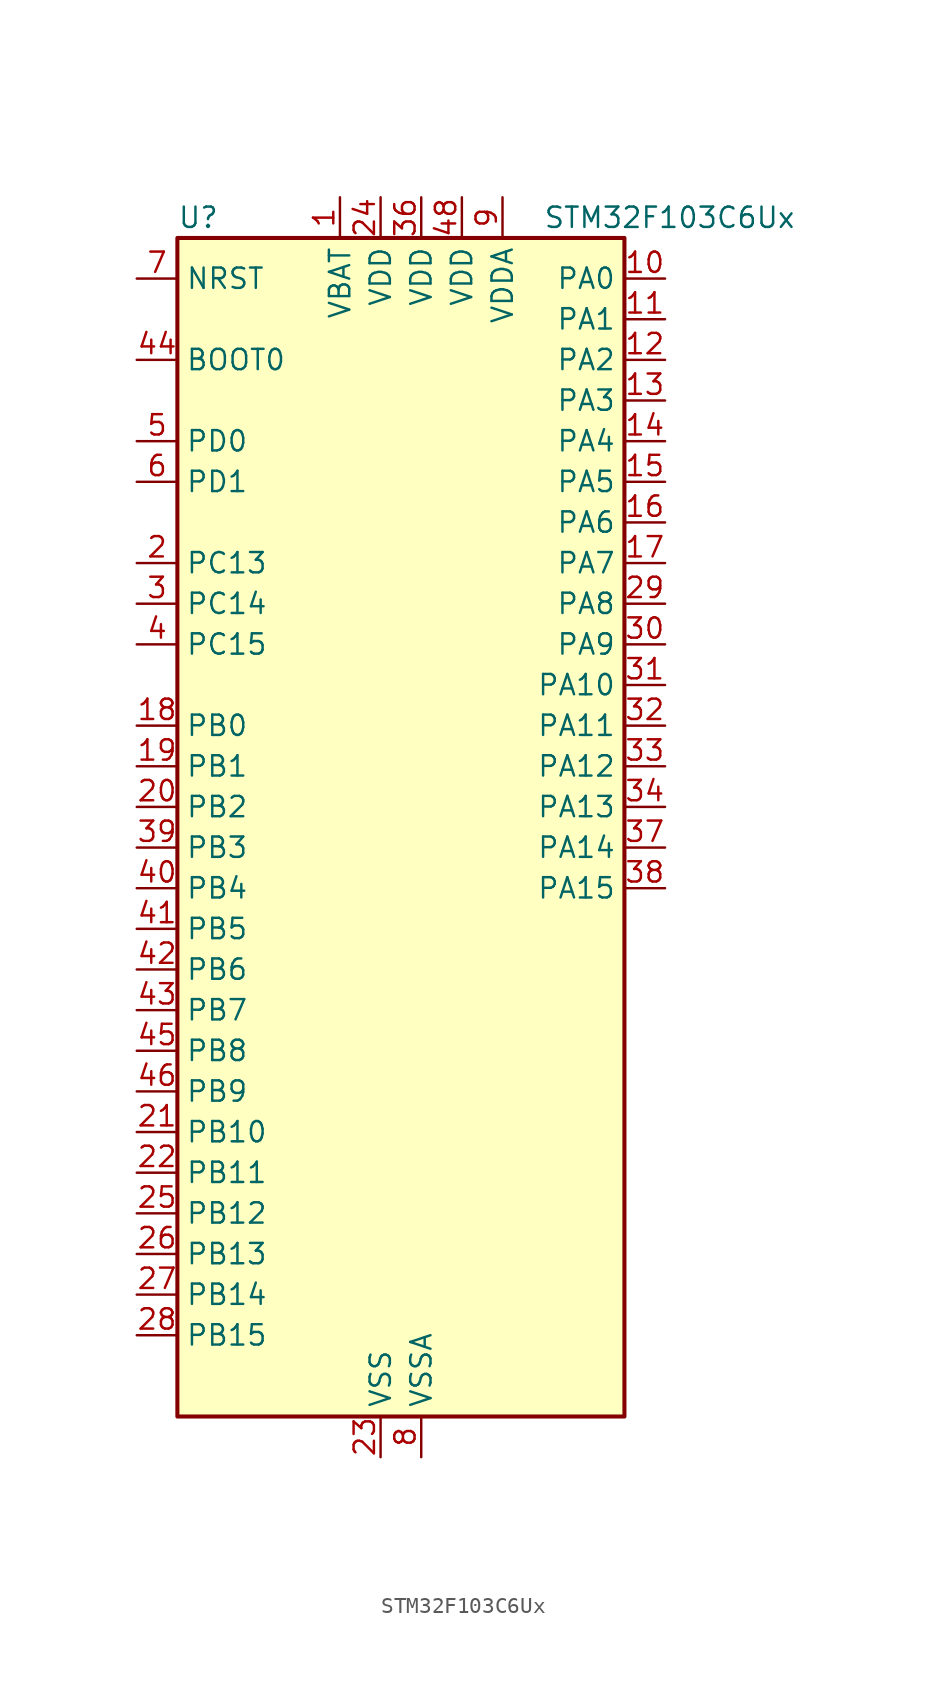
<source format=kicad_sym>
(kicad_symbol_lib
  (version 20220914)
  (generator kicad_symbol_editor)
  (symbol "STM32F103C6Ux"
    (property "Reference" "U"
      (at -12.7 39.37 0)
      (effects (font (size 1.27 1.27)) (justify left)))
    (property "Value" "STM32F103C6Ux"
      (at 10.16 39.37 0)
      (effects (font (size 1.27 1.27)) (justify left)))
    (property "ki_locked" ""
      (at 0 0 0)
      (effects (font (size 1.27 1.27))))
    (symbol "STM32F103C6Ux_0_1"
      (rectangle (start -12.7 -35.56) (end 15.24 38.1) (stroke (width 0.254) (type default)) (fill (type background))))
    (symbol "STM32F103C6Ux_1_1"
      (pin power_in line (at -2.54 40.64 270) (length 2.54) (name "VBAT" (effects (font (size 1.27 1.27)))) (number "1" (effects (font (size 1.27 1.27)))))
      (pin bidirectional line (at 17.78 35.56 180) (length 2.54) (name "PA0" (effects (font (size 1.27 1.27)))) (number "10" (effects (font (size 1.27 1.27)))) (alternate "ADC1_IN0" bidirectional line) (alternate "ADC2_IN0" bidirectional line) (alternate "SYS_WKUP" bidirectional line) (alternate "TIM2_CH1" bidirectional line) (alternate "TIM2_ETR" bidirectional line) (alternate "USART2_CTS" bidirectional line))
      (pin bidirectional line (at 17.78 33.02 180) (length 2.54) (name "PA1" (effects (font (size 1.27 1.27)))) (number "11" (effects (font (size 1.27 1.27)))) (alternate "ADC1_IN1" bidirectional line) (alternate "ADC2_IN1" bidirectional line) (alternate "TIM2_CH2" bidirectional line) (alternate "USART2_RTS" bidirectional line))
      (pin bidirectional line (at 17.78 30.48 180) (length 2.54) (name "PA2" (effects (font (size 1.27 1.27)))) (number "12" (effects (font (size 1.27 1.27)))) (alternate "ADC1_IN2" bidirectional line) (alternate "ADC2_IN2" bidirectional line) (alternate "TIM2_CH3" bidirectional line) (alternate "USART2_TX" bidirectional line))
      (pin bidirectional line (at 17.78 27.94 180) (length 2.54) (name "PA3" (effects (font (size 1.27 1.27)))) (number "13" (effects (font (size 1.27 1.27)))) (alternate "ADC1_IN3" bidirectional line) (alternate "ADC2_IN3" bidirectional line) (alternate "TIM2_CH4" bidirectional line) (alternate "USART2_RX" bidirectional line))
      (pin bidirectional line (at 17.78 25.4 180) (length 2.54) (name "PA4" (effects (font (size 1.27 1.27)))) (number "14" (effects (font (size 1.27 1.27)))) (alternate "ADC1_IN4" bidirectional line) (alternate "ADC2_IN4" bidirectional line) (alternate "SPI1_NSS" bidirectional line) (alternate "USART2_CK" bidirectional line))
      (pin bidirectional line (at 17.78 22.86 180) (length 2.54) (name "PA5" (effects (font (size 1.27 1.27)))) (number "15" (effects (font (size 1.27 1.27)))) (alternate "ADC1_IN5" bidirectional line) (alternate "ADC2_IN5" bidirectional line) (alternate "SPI1_SCK" bidirectional line))
      (pin bidirectional line (at 17.78 20.32 180) (length 2.54) (name "PA6" (effects (font (size 1.27 1.27)))) (number "16" (effects (font (size 1.27 1.27)))) (alternate "ADC1_IN6" bidirectional line) (alternate "ADC2_IN6" bidirectional line) (alternate "SPI1_MISO" bidirectional line) (alternate "TIM1_BKIN" bidirectional line) (alternate "TIM3_CH1" bidirectional line))
      (pin bidirectional line (at 17.78 17.78 180) (length 2.54) (name "PA7" (effects (font (size 1.27 1.27)))) (number "17" (effects (font (size 1.27 1.27)))) (alternate "ADC1_IN7" bidirectional line) (alternate "ADC2_IN7" bidirectional line) (alternate "SPI1_MOSI" bidirectional line) (alternate "TIM1_CH1N" bidirectional line) (alternate "TIM3_CH2" bidirectional line))
      (pin bidirectional line (at -15.24 7.62 0) (length 2.54) (name "PB0" (effects (font (size 1.27 1.27)))) (number "18" (effects (font (size 1.27 1.27)))) (alternate "ADC1_IN8" bidirectional line) (alternate "ADC2_IN8" bidirectional line) (alternate "TIM1_CH2N" bidirectional line) (alternate "TIM3_CH3" bidirectional line))
      (pin bidirectional line (at -15.24 5.08 0) (length 2.54) (name "PB1" (effects (font (size 1.27 1.27)))) (number "19" (effects (font (size 1.27 1.27)))) (alternate "ADC1_IN9" bidirectional line) (alternate "ADC2_IN9" bidirectional line) (alternate "TIM1_CH3N" bidirectional line) (alternate "TIM3_CH4" bidirectional line))
      (pin bidirectional line (at -15.24 17.78 0) (length 2.54) (name "PC13" (effects (font (size 1.27 1.27)))) (number "2" (effects (font (size 1.27 1.27)))) (alternate "RTC_OUT" bidirectional line) (alternate "RTC_TAMPER" bidirectional line))
      (pin bidirectional line (at -15.24 2.54 0) (length 2.54) (name "PB2" (effects (font (size 1.27 1.27)))) (number "20" (effects (font (size 1.27 1.27)))))
      (pin bidirectional line (at -15.24 -17.78 0) (length 2.54) (name "PB10" (effects (font (size 1.27 1.27)))) (number "21" (effects (font (size 1.27 1.27)))) (alternate "TIM2_CH3" bidirectional line))
      (pin bidirectional line (at -15.24 -20.32 0) (length 2.54) (name "PB11" (effects (font (size 1.27 1.27)))) (number "22" (effects (font (size 1.27 1.27)))) (alternate "ADC1_EXTI11" bidirectional line) (alternate "ADC2_EXTI11" bidirectional line) (alternate "TIM2_CH4" bidirectional line))
      (pin power_in line (at 0 -38.1 90) (length 2.54) (name "VSS" (effects (font (size 1.27 1.27)))) (number "23" (effects (font (size 1.27 1.27)))))
      (pin power_in line (at 0 40.64 270) (length 2.54) (name "VDD" (effects (font (size 1.27 1.27)))) (number "24" (effects (font (size 1.27 1.27)))))
      (pin bidirectional line (at -15.24 -22.86 0) (length 2.54) (name "PB12" (effects (font (size 1.27 1.27)))) (number "25" (effects (font (size 1.27 1.27)))) (alternate "TIM1_BKIN" bidirectional line))
      (pin bidirectional line (at -15.24 -25.4 0) (length 2.54) (name "PB13" (effects (font (size 1.27 1.27)))) (number "26" (effects (font (size 1.27 1.27)))) (alternate "TIM1_CH1N" bidirectional line))
      (pin bidirectional line (at -15.24 -27.94 0) (length 2.54) (name "PB14" (effects (font (size 1.27 1.27)))) (number "27" (effects (font (size 1.27 1.27)))) (alternate "TIM1_CH2N" bidirectional line))
      (pin bidirectional line (at -15.24 -30.48 0) (length 2.54) (name "PB15" (effects (font (size 1.27 1.27)))) (number "28" (effects (font (size 1.27 1.27)))) (alternate "ADC1_EXTI15" bidirectional line) (alternate "ADC2_EXTI15" bidirectional line) (alternate "TIM1_CH3N" bidirectional line))
      (pin bidirectional line (at 17.78 15.24 180) (length 2.54) (name "PA8" (effects (font (size 1.27 1.27)))) (number "29" (effects (font (size 1.27 1.27)))) (alternate "RCC_MCO" bidirectional line) (alternate "TIM1_CH1" bidirectional line) (alternate "USART1_CK" bidirectional line))
      (pin bidirectional line (at -15.24 15.24 0) (length 2.54) (name "PC14" (effects (font (size 1.27 1.27)))) (number "3" (effects (font (size 1.27 1.27)))) (alternate "RCC_OSC32_IN" bidirectional line))
      (pin bidirectional line (at 17.78 12.7 180) (length 2.54) (name "PA9" (effects (font (size 1.27 1.27)))) (number "30" (effects (font (size 1.27 1.27)))) (alternate "TIM1_CH2" bidirectional line) (alternate "USART1_TX" bidirectional line))
      (pin bidirectional line (at 17.78 10.16 180) (length 2.54) (name "PA10" (effects (font (size 1.27 1.27)))) (number "31" (effects (font (size 1.27 1.27)))) (alternate "TIM1_CH3" bidirectional line) (alternate "USART1_RX" bidirectional line))
      (pin bidirectional line (at 17.78 7.62 180) (length 2.54) (name "PA11" (effects (font (size 1.27 1.27)))) (number "32" (effects (font (size 1.27 1.27)))) (alternate "ADC1_EXTI11" bidirectional line) (alternate "ADC2_EXTI11" bidirectional line) (alternate "CAN_RX" bidirectional line) (alternate "TIM1_CH4" bidirectional line) (alternate "USART1_CTS" bidirectional line) (alternate "USB_DM" bidirectional line))
      (pin bidirectional line (at 17.78 5.08 180) (length 2.54) (name "PA12" (effects (font (size 1.27 1.27)))) (number "33" (effects (font (size 1.27 1.27)))) (alternate "CAN_TX" bidirectional line) (alternate "TIM1_ETR" bidirectional line) (alternate "USART1_RTS" bidirectional line) (alternate "USB_DP" bidirectional line))
      (pin bidirectional line (at 17.78 2.54 180) (length 2.54) (name "PA13" (effects (font (size 1.27 1.27)))) (number "34" (effects (font (size 1.27 1.27)))) (alternate "SYS_JTMS-SWDIO" bidirectional line))
      (pin passive line (at 0 -38.1 90) (length 2.54) hide (name "VSS" (effects (font (size 1.27 1.27)))) (number "35" (effects (font (size 1.27 1.27)))))
      (pin power_in line (at 2.54 40.64 270) (length 2.54) (name "VDD" (effects (font (size 1.27 1.27)))) (number "36" (effects (font (size 1.27 1.27)))))
      (pin bidirectional line (at 17.78 0 180) (length 2.54) (name "PA14" (effects (font (size 1.27 1.27)))) (number "37" (effects (font (size 1.27 1.27)))) (alternate "SYS_JTCK-SWCLK" bidirectional line))
      (pin bidirectional line (at 17.78 -2.54 180) (length 2.54) (name "PA15" (effects (font (size 1.27 1.27)))) (number "38" (effects (font (size 1.27 1.27)))) (alternate "ADC1_EXTI15" bidirectional line) (alternate "ADC2_EXTI15" bidirectional line) (alternate "SPI1_NSS" bidirectional line) (alternate "SYS_JTDI" bidirectional line) (alternate "TIM2_CH1" bidirectional line) (alternate "TIM2_ETR" bidirectional line))
      (pin bidirectional line (at -15.24 0 0) (length 2.54) (name "PB3" (effects (font (size 1.27 1.27)))) (number "39" (effects (font (size 1.27 1.27)))) (alternate "SPI1_SCK" bidirectional line) (alternate "SYS_JTDO-TRACESWO" bidirectional line) (alternate "TIM2_CH2" bidirectional line))
      (pin bidirectional line (at -15.24 12.7 0) (length 2.54) (name "PC15" (effects (font (size 1.27 1.27)))) (number "4" (effects (font (size 1.27 1.27)))) (alternate "ADC1_EXTI15" bidirectional line) (alternate "ADC2_EXTI15" bidirectional line) (alternate "RCC_OSC32_OUT" bidirectional line))
      (pin bidirectional line (at -15.24 -2.54 0) (length 2.54) (name "PB4" (effects (font (size 1.27 1.27)))) (number "40" (effects (font (size 1.27 1.27)))) (alternate "SPI1_MISO" bidirectional line) (alternate "SYS_NJTRST" bidirectional line) (alternate "TIM3_CH1" bidirectional line))
      (pin bidirectional line (at -15.24 -5.08 0) (length 2.54) (name "PB5" (effects (font (size 1.27 1.27)))) (number "41" (effects (font (size 1.27 1.27)))) (alternate "I2C1_SMBA" bidirectional line) (alternate "SPI1_MOSI" bidirectional line) (alternate "TIM3_CH2" bidirectional line))
      (pin bidirectional line (at -15.24 -7.62 0) (length 2.54) (name "PB6" (effects (font (size 1.27 1.27)))) (number "42" (effects (font (size 1.27 1.27)))) (alternate "I2C1_SCL" bidirectional line) (alternate "USART1_TX" bidirectional line))
      (pin bidirectional line (at -15.24 -10.16 0) (length 2.54) (name "PB7" (effects (font (size 1.27 1.27)))) (number "43" (effects (font (size 1.27 1.27)))) (alternate "I2C1_SDA" bidirectional line) (alternate "USART1_RX" bidirectional line))
      (pin input line (at -15.24 30.48 0) (length 2.54) (name "BOOT0" (effects (font (size 1.27 1.27)))) (number "44" (effects (font (size 1.27 1.27)))))
      (pin bidirectional line (at -15.24 -12.7 0) (length 2.54) (name "PB8" (effects (font (size 1.27 1.27)))) (number "45" (effects (font (size 1.27 1.27)))) (alternate "CAN_RX" bidirectional line) (alternate "I2C1_SCL" bidirectional line))
      (pin bidirectional line (at -15.24 -15.24 0) (length 2.54) (name "PB9" (effects (font (size 1.27 1.27)))) (number "46" (effects (font (size 1.27 1.27)))) (alternate "CAN_TX" bidirectional line) (alternate "I2C1_SDA" bidirectional line))
      (pin passive line (at 0 -38.1 90) (length 2.54) hide (name "VSS" (effects (font (size 1.27 1.27)))) (number "47" (effects (font (size 1.27 1.27)))))
      (pin power_in line (at 5.08 40.64 270) (length 2.54) (name "VDD" (effects (font (size 1.27 1.27)))) (number "48" (effects (font (size 1.27 1.27)))))
      (pin passive line (at 0 -38.1 90) (length 2.54) hide (name "VSS" (effects (font (size 1.27 1.27)))) (number "49" (effects (font (size 1.27 1.27)))))
      (pin bidirectional line (at -15.24 25.4 0) (length 2.54) (name "PD0" (effects (font (size 1.27 1.27)))) (number "5" (effects (font (size 1.27 1.27)))) (alternate "RCC_OSC_IN" bidirectional line))
      (pin bidirectional line (at -15.24 22.86 0) (length 2.54) (name "PD1" (effects (font (size 1.27 1.27)))) (number "6" (effects (font (size 1.27 1.27)))) (alternate "RCC_OSC_OUT" bidirectional line))
      (pin input line (at -15.24 35.56 0) (length 2.54) (name "NRST" (effects (font (size 1.27 1.27)))) (number "7" (effects (font (size 1.27 1.27)))))
      (pin power_in line (at 2.54 -38.1 90) (length 2.54) (name "VSSA" (effects (font (size 1.27 1.27)))) (number "8" (effects (font (size 1.27 1.27)))))
      (pin power_in line (at 7.62 40.64 270) (length 2.54) (name "VDDA" (effects (font (size 1.27 1.27)))) (number "9" (effects (font (size 1.27 1.27))))))))
</source>
